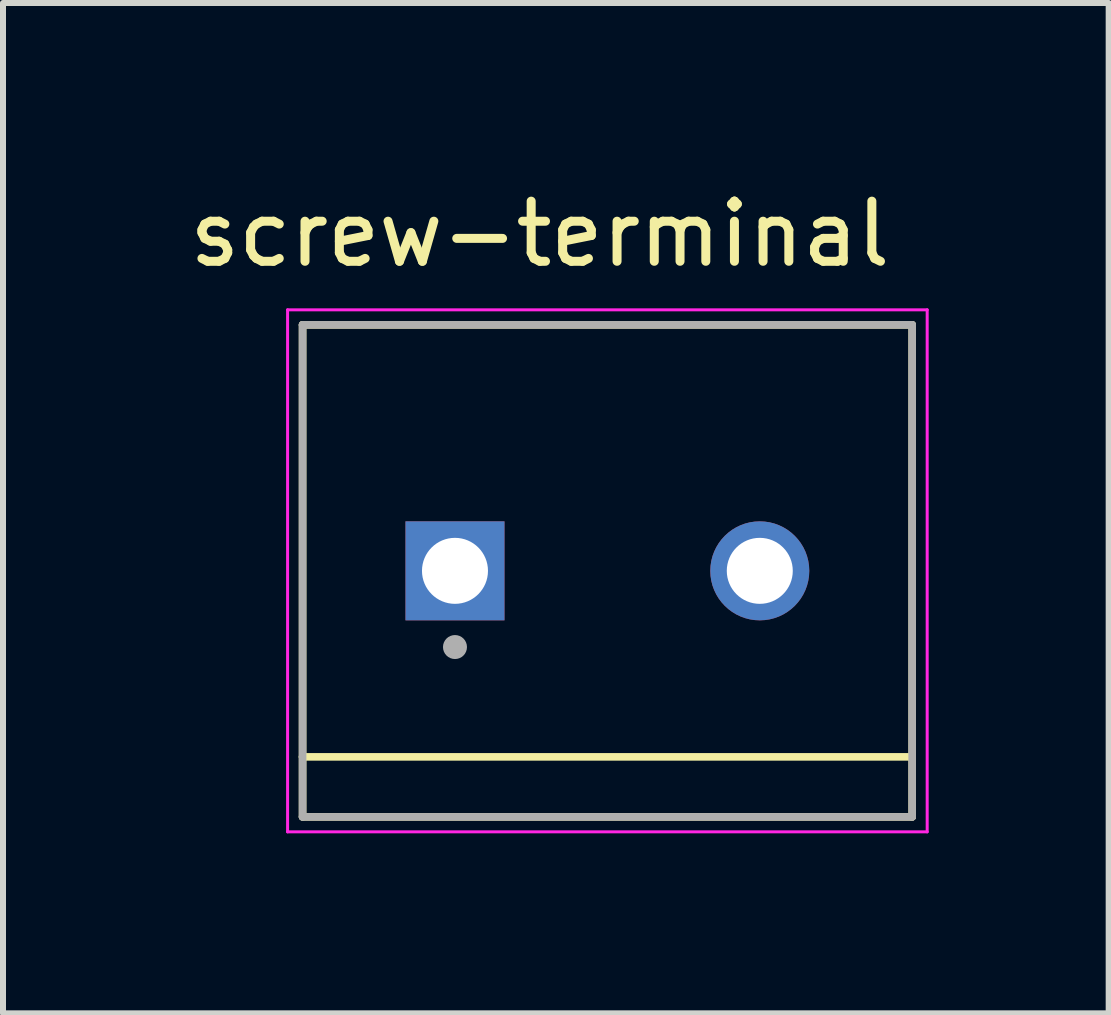
<source format=kicad_pcb>
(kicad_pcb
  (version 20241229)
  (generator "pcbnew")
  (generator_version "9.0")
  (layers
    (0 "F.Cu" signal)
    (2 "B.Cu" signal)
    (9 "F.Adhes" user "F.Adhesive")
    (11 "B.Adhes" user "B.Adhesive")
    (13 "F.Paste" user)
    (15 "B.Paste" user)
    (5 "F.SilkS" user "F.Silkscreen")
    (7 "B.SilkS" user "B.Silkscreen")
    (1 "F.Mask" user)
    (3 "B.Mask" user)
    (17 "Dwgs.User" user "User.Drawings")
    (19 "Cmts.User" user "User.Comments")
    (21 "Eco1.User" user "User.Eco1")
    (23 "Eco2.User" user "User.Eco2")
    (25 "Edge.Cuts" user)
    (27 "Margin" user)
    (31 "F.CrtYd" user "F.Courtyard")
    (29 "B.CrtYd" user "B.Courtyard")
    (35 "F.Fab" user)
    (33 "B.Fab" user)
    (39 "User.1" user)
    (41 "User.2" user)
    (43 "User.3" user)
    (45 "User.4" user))
  (footprint "screw-terminal"
    (layer "F.Cu")
    (at 7.073 6.464)
    (property "Reference" "screw-terminal" (at -1.127 -5.615 0) (layer "F.SilkS") (effects (font (size 1.002 1.002) (thickness 0.15))))
    (attr through_hole)
    (fp_line (start -5.08 -4.1) (end 5.08 -4.1) (stroke (width 0.127) (type solid)) (layer "F.SilkS"))
    (fp_line (start -5.08 3.1) (end -5.08 -4.1) (stroke (width 0.127) (type solid)) (layer "F.SilkS"))
    (fp_line (start -5.08 3.1) (end 5.08 3.1) (stroke (width 0.127) (type solid)) (layer "F.SilkS"))
    (fp_line (start -5.08 4.1) (end -5.08 3.1) (stroke (width 0.127) (type solid)) (layer "F.SilkS"))
    (fp_line (start 5.08 -4.1) (end 5.08 3.1) (stroke (width 0.127) (type solid)) (layer "F.SilkS"))
    (fp_line (start 5.08 3.1) (end 5.08 4.1) (stroke (width 0.127) (type solid)) (layer "F.SilkS"))
    (fp_line (start 5.08 4.1) (end -5.08 4.1) (stroke (width 0.127) (type solid)) (layer "F.SilkS"))
    (fp_line (start -5.33 -4.35) (end 5.33 -4.35) (stroke (width 0.05) (type solid)) (layer "F.CrtYd"))
    (fp_line (start -5.33 4.35) (end -5.33 -4.35) (stroke (width 0.05) (type solid)) (layer "F.CrtYd"))
    (fp_line (start 5.33 -4.35) (end 5.33 4.35) (stroke (width 0.05) (type solid)) (layer "F.CrtYd"))
    (fp_line (start 5.33 4.35) (end -5.33 4.35) (stroke (width 0.05) (type solid)) (layer "F.CrtYd"))
    (fp_line (start -5.08 -4.1) (end 5.08 -4.1) (stroke (width 0.127) (type solid)) (layer "F.Fab"))
    (fp_line (start -5.08 4.1) (end -5.08 -4.1) (stroke (width 0.127) (type solid)) (layer "F.Fab"))
    (fp_line (start 5.08 -4.1) (end 5.08 4.1) (stroke (width 0.127) (type solid)) (layer "F.Fab"))
    (fp_line (start 5.08 4.1) (end -5.08 4.1) (stroke (width 0.127) (type solid)) (layer "F.Fab"))
    (fp_circle (center -2.54 1.27) (end -2.44 1.27) (stroke (width 0.2) (type solid)) (fill no) (layer "F.Fab"))
    (pad "1" thru_hole rect (at -2.54 0) (size 1.65 1.65) (drill 1.1) (layers "*.Cu" "*.Mask"))
    (pad "2" thru_hole circle (at 2.54 0) (size 1.65 1.65) (drill 1.1) (layers "*.Cu" "*.Mask")))
  (gr_rect
    (start -3 -3)
    (end 15.428 13.839)
    (stroke (width 0.1) (type default))
    (fill no)
    (layer "Edge.Cuts")))
</source>
